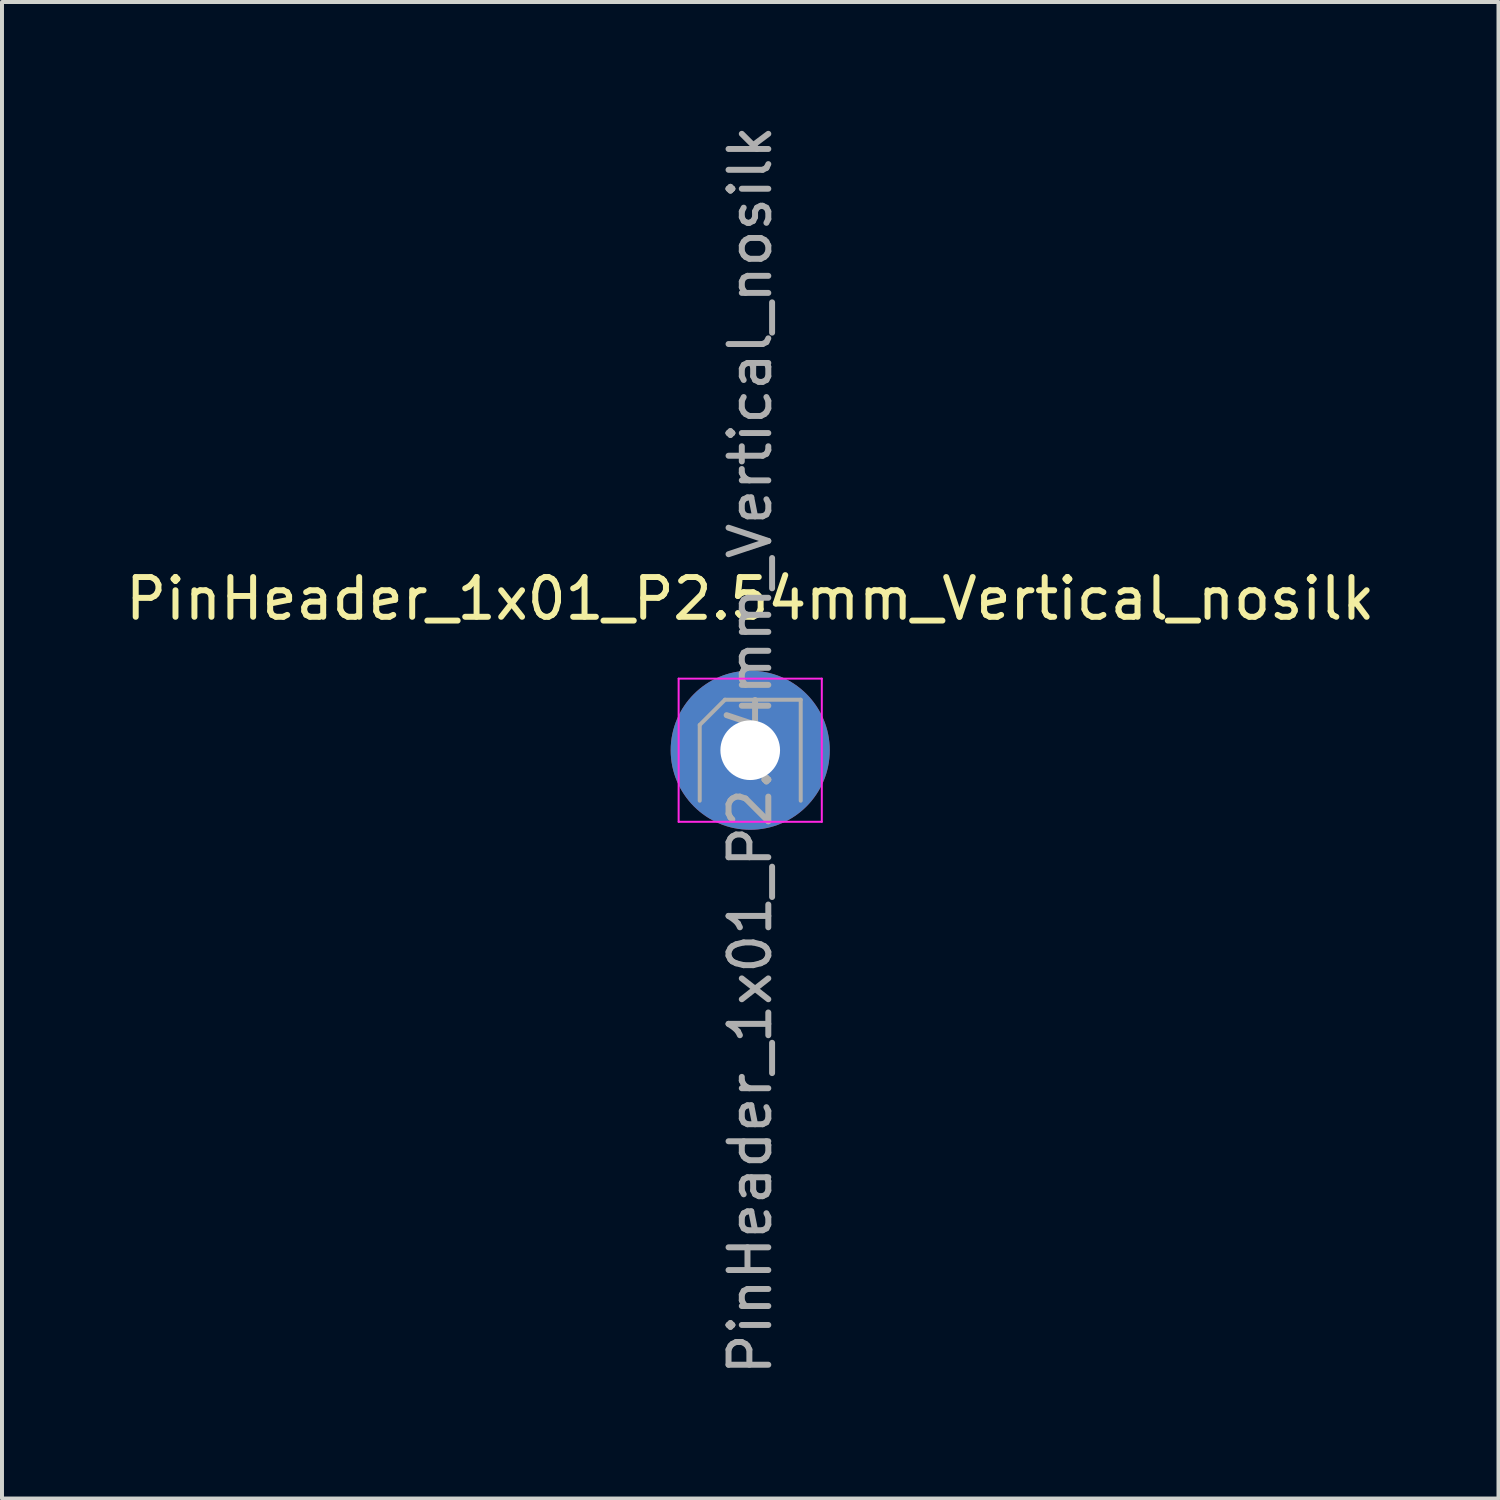
<source format=kicad_pcb>
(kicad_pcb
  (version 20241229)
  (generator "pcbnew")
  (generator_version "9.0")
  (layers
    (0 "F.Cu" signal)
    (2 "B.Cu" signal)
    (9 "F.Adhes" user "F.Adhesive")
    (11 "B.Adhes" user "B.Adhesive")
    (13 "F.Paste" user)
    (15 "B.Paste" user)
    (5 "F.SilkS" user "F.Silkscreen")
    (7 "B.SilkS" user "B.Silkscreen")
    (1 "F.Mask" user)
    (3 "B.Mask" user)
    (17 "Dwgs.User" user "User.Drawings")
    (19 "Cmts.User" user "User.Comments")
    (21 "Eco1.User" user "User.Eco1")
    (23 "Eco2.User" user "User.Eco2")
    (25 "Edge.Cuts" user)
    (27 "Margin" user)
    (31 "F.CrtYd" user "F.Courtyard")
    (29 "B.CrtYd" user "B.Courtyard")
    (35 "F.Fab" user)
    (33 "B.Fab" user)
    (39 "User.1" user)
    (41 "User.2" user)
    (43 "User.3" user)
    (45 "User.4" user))
  (footprint "PinHeader_1x01_P2.54mm_Vertical_nosilk"
    (layer "F.Cu")
    (at 15.815 15.815)
    (property "Reference" "PinHeader_1x01_P2.54mm_Vertical_nosilk" (at 0 -3.81 0) (layer "F.SilkS") (effects (font (size 1 1) (thickness 0.15))))
    (attr through_hole)
    (fp_line (start -1.8 -1.8) (end -1.8 1.8) (stroke (width 0.05) (type solid)) (layer "F.CrtYd"))
    (fp_line (start -1.8 1.8) (end 1.8 1.8) (stroke (width 0.05) (type solid)) (layer "F.CrtYd"))
    (fp_line (start 1.8 -1.8) (end -1.8 -1.8) (stroke (width 0.05) (type solid)) (layer "F.CrtYd"))
    (fp_line (start 1.8 1.8) (end 1.8 -1.8) (stroke (width 0.05) (type solid)) (layer "F.CrtYd"))
    (fp_line (start -1.27 -0.635) (end -0.635 -1.27) (stroke (width 0.1) (type solid)) (layer "F.Fab"))
    (fp_line (start -1.27 1.27) (end -1.27 -0.635) (stroke (width 0.1) (type solid)) (layer "F.Fab"))
    (fp_line (start -0.635 -1.27) (end 1.27 -1.27) (stroke (width 0.1) (type solid)) (layer "F.Fab"))
    (fp_line (start 1.27 -1.27) (end 1.27 1.27) (stroke (width 0.1) (type solid)) (layer "F.Fab"))
    (fp_text user "${REFERENCE}" (at 0 0 90) (layer "F.Fab") (effects (font (size 1 1) (thickness 0.15))))
    (pad "1" thru_hole circle (at 0 0) (size 4 4) (drill 1.5) (layers "*.Cu")))
  (gr_rect
    (start -3 -3)
    (end 34.631 34.631)
    (stroke (width 0.1) (type default))
    (fill no)
    (layer "Edge.Cuts")))
</source>
